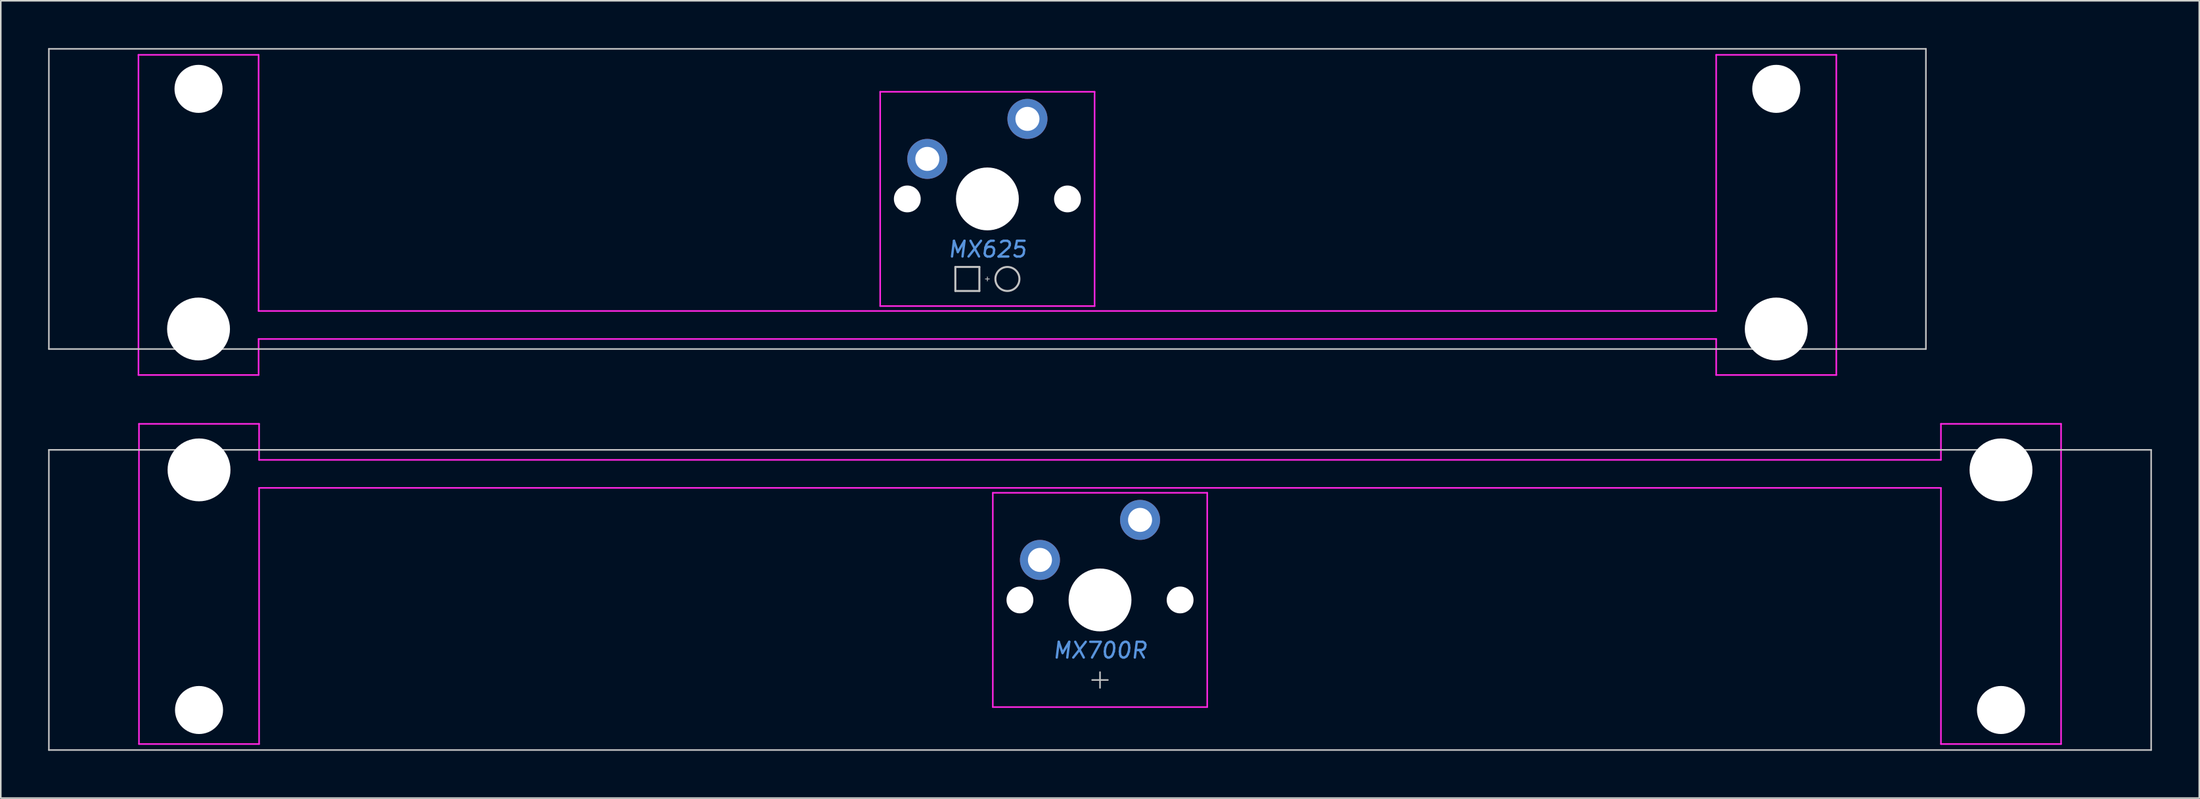
<source format=kicad_pcb>
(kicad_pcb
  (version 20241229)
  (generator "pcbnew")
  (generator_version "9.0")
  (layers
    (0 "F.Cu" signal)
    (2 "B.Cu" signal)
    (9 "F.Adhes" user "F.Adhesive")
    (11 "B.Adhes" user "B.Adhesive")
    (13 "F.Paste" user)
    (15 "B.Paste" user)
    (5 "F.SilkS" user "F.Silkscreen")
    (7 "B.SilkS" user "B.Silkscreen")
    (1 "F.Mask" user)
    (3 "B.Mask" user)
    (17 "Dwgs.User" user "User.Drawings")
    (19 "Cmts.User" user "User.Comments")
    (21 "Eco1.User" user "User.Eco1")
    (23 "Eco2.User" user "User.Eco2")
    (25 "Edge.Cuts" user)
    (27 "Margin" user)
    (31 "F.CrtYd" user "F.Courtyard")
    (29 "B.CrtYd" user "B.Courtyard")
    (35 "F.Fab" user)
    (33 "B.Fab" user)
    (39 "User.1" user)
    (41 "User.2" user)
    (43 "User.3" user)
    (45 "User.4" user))
  (footprint "MX625"
    (layer "F.Cu")
    (at 59.581 9.575)
    (property "Reference" "MX625" (at 0 3.2 0) (layer "Cmts.User") (effects (font (size 1 1) (thickness 0.15) (italic yes))))
    (attr through_hole)
    (fp_line (start -59.531 -9.525) (end -59.531 9.525) (stroke (width 0.1) (type solid)) (layer "Dwgs.User"))
    (fp_line (start -2.032 5.842) (end -2.032 4.318) (stroke (width 0.127) (type solid)) (layer "Dwgs.User"))
    (fp_line (start -0.508 4.318) (end -2.032 4.318) (stroke (width 0.127) (type solid)) (layer "Dwgs.User"))
    (fp_line (start -0.508 4.318) (end -0.508 5.842) (stroke (width 0.127) (type solid)) (layer "Dwgs.User"))
    (fp_line (start -0.508 5.842) (end -2.032 5.842) (stroke (width 0.127) (type solid)) (layer "Dwgs.User"))
    (fp_line (start 0 5.207) (end 0 4.953) (stroke (width 0.051) (type solid)) (layer "Dwgs.User"))
    (fp_line (start 0.127 5.08) (end -0.127 5.08) (stroke (width 0.051) (type solid)) (layer "Dwgs.User"))
    (fp_line (start 59.531 -9.525) (end -59.531 -9.525) (stroke (width 0.1) (type solid)) (layer "Dwgs.User"))
    (fp_line (start 59.531 -9.525) (end 59.531 9.525) (stroke (width 0.1) (type solid)) (layer "Dwgs.User"))
    (fp_line (start 59.531 9.525) (end -59.531 9.525) (stroke (width 0.1) (type solid)) (layer "Dwgs.User"))
    (fp_circle (center 1.27 5.08) (end 0.508 5.08) (stroke (width 0.127) (type solid)) (fill no) (layer "Dwgs.User"))
    (fp_line (start -53.538 8.515) (end -53.538 -5.485) (stroke (width 0.1) (type solid)) (layer "Eco1.User"))
    (fp_line (start -53.038 9.015) (end -47.038 9.015) (stroke (width 0.1) (type solid)) (layer "Eco1.User"))
    (fp_line (start -47.038 -5.985) (end -53.038 -5.985) (stroke (width 0.1) (type solid)) (layer "Eco1.User"))
    (fp_line (start -46.538 -5.485) (end -46.538 8.515) (stroke (width 0.1) (type solid)) (layer "Eco1.User"))
    (fp_line (start -7 6.5) (end -7 -6.5) (stroke (width 0.1) (type solid)) (layer "Eco1.User"))
    (fp_line (start -6.5 -7) (end 6.5 -7) (stroke (width 0.1) (type solid)) (layer "Eco1.User"))
    (fp_line (start 6.5 7) (end -6.5 7) (stroke (width 0.1) (type solid)) (layer "Eco1.User"))
    (fp_line (start 7 -6.5) (end 7 6.5) (stroke (width 0.1) (type solid)) (layer "Eco1.User"))
    (fp_line (start 46.538 8.515) (end 46.538 -5.485) (stroke (width 0.1) (type solid)) (layer "Eco1.User"))
    (fp_line (start 47.038 9.015) (end 53.038 9.015) (stroke (width 0.1) (type solid)) (layer "Eco1.User"))
    (fp_line (start 53.038 -5.985) (end 47.038 -5.985) (stroke (width 0.1) (type solid)) (layer "Eco1.User"))
    (fp_line (start 53.538 -5.485) (end 53.538 8.515) (stroke (width 0.1) (type solid)) (layer "Eco1.User"))
    (fp_arc (start -53.538 -5.485) (mid -53.391553 -5.838553) (end -53.038 -5.985) (stroke (width 0.1) (type solid)) (layer "Eco1.User"))
    (fp_arc (start -53.038 9.015) (mid -53.391553 8.868553) (end -53.538 8.515) (stroke (width 0.1) (type solid)) (layer "Eco1.User"))
    (fp_arc (start -47.038 -5.985) (mid -46.684447 -5.838553) (end -46.538 -5.485) (stroke (width 0.1) (type solid)) (layer "Eco1.User"))
    (fp_arc (start -46.538 8.515) (mid -46.684447 8.868553) (end -47.038 9.015) (stroke (width 0.1) (type solid)) (layer "Eco1.User"))
    (fp_arc (start -7 -6.5) (mid -6.853553 -6.853553) (end -6.5 -7) (stroke (width 0.1) (type solid)) (layer "Eco1.User"))
    (fp_arc (start -6.5 7) (mid -6.853553 6.853553) (end -7 6.5) (stroke (width 0.1) (type solid)) (layer "Eco1.User"))
    (fp_arc (start 6.5 -7) (mid 6.853553 -6.853553) (end 7 -6.5) (stroke (width 0.1) (type solid)) (layer "Eco1.User"))
    (fp_arc (start 7 6.5) (mid 6.853553 6.853553) (end 6.5 7) (stroke (width 0.1) (type solid)) (layer "Eco1.User"))
    (fp_arc (start 46.538 -5.485) (mid 46.684447 -5.838553) (end 47.038 -5.985) (stroke (width 0.1) (type solid)) (layer "Eco1.User"))
    (fp_arc (start 47.038 9.015) (mid 46.684447 8.868553) (end 46.538 8.515) (stroke (width 0.1) (type solid)) (layer "Eco1.User"))
    (fp_arc (start 53.038 -5.985) (mid 53.391553 -5.838553) (end 53.538 -5.485) (stroke (width 0.1) (type solid)) (layer "Eco1.User"))
    (fp_arc (start 53.538 8.515) (mid 53.391553 8.868553) (end 53.038 9.015) (stroke (width 0.1) (type solid)) (layer "Eco1.User"))
    (fp_line (start -53.848 -9.144) (end -53.848 11.176) (stroke (width 0.1) (type solid)) (layer "F.CrtYd"))
    (fp_line (start -46.228 -9.144) (end -53.848 -9.144) (stroke (width 0.1) (type solid)) (layer "F.CrtYd"))
    (fp_line (start -46.228 7.112) (end -46.228 -9.144) (stroke (width 0.1) (type solid)) (layer "F.CrtYd"))
    (fp_line (start -46.228 8.89) (end -46.228 11.176) (stroke (width 0.1) (type solid)) (layer "F.CrtYd"))
    (fp_line (start -46.228 11.176) (end -53.848 11.176) (stroke (width 0.1) (type solid)) (layer "F.CrtYd"))
    (fp_line (start -6.8 6.8) (end -6.8 -6.8) (stroke (width 0.1) (type solid)) (layer "F.CrtYd"))
    (fp_line (start 6.8 -6.8) (end -6.8 -6.8) (stroke (width 0.1) (type solid)) (layer "F.CrtYd"))
    (fp_line (start 6.8 -6.8) (end 6.8 6.8) (stroke (width 0.1) (type solid)) (layer "F.CrtYd"))
    (fp_line (start 6.8 6.8) (end -6.8 6.8) (stroke (width 0.1) (type solid)) (layer "F.CrtYd"))
    (fp_line (start 46.228 7.112) (end -46.228 7.112) (stroke (width 0.1) (type solid)) (layer "F.CrtYd"))
    (fp_line (start 46.228 7.112) (end 46.228 -9.144) (stroke (width 0.1) (type solid)) (layer "F.CrtYd"))
    (fp_line (start 46.228 8.89) (end -46.228 8.89) (stroke (width 0.1) (type solid)) (layer "F.CrtYd"))
    (fp_line (start 46.228 8.89) (end 46.228 11.176) (stroke (width 0.1) (type solid)) (layer "F.CrtYd"))
    (fp_line (start 53.848 -9.144) (end 46.228 -9.144) (stroke (width 0.1) (type solid)) (layer "F.CrtYd"))
    (fp_line (start 53.848 -9.144) (end 53.848 11.176) (stroke (width 0.1) (type solid)) (layer "F.CrtYd"))
    (fp_line (start 53.848 11.176) (end 46.228 11.176) (stroke (width 0.1) (type solid)) (layer "F.CrtYd"))
    (pad "" np_thru_hole circle (at -50.038 -6.985 180) (size 3.048 3.048) (drill 3.048) (layers "*.Cu" "*.Mask"))
    (pad "" np_thru_hole circle (at -50.038 8.255 180) (size 3.988 3.988) (drill 3.988) (layers "*.Cu" "*.Mask"))
    (pad "" np_thru_hole circle (at -5.08 0) (size 1.702 1.702) (drill 1.702) (layers "*.Cu" "*.Mask"))
    (pad "" np_thru_hole circle (at 0 0) (size 3.988 3.988) (drill 3.988) (layers "*.Cu" "*.Mask"))
    (pad "" np_thru_hole circle (at 5.08 0) (size 1.702 1.702) (drill 1.702) (layers "*.Cu" "*.Mask"))
    (pad "" np_thru_hole circle (at 50.038 -6.985 180) (size 3.048 3.048) (drill 3.048) (layers "*.Cu" "*.Mask"))
    (pad "" np_thru_hole circle (at 50.038 8.255 180) (size 3.988 3.988) (drill 3.988) (layers "*.Cu" "*.Mask"))
    (pad "1" thru_hole circle (at 2.54 -5.08) (size 2.54 2.54) (drill 1.524) (layers "*.Cu" "*.Mask"))
    (pad "2" thru_hole circle (at -3.81 -2.54) (size 2.54 2.54) (drill 1.524) (layers "*.Cu" "*.Mask")))
  (footprint "MX700R"
    (layer "F.Cu")
    (at 66.725 35.027)
    (property "Reference" "MX700R" (at 0 3.2 0) (layer "Cmts.User") (effects (font (size 1 1) (thickness 0.15) (italic yes))))
    (attr through_hole)
    (fp_line (start -66.675 -9.525) (end -66.675 9.525) (stroke (width 0.1) (type solid)) (layer "Dwgs.User"))
    (fp_line (start 0 5.58) (end 0 4.58) (stroke (width 0.1) (type solid)) (layer "Dwgs.User"))
    (fp_line (start 0.5 5.08) (end -0.5 5.08) (stroke (width 0.1) (type solid)) (layer "Dwgs.User"))
    (fp_line (start 66.675 -9.525) (end -66.675 -9.525) (stroke (width 0.1) (type solid)) (layer "Dwgs.User"))
    (fp_line (start 66.675 -9.525) (end 66.675 9.525) (stroke (width 0.1) (type solid)) (layer "Dwgs.User"))
    (fp_line (start 66.675 9.525) (end -66.675 9.525) (stroke (width 0.1) (type solid)) (layer "Dwgs.User"))
    (fp_line (start -60.65 5.485) (end -60.65 -8.515) (stroke (width 0.1) (type solid)) (layer "Eco1.User"))
    (fp_line (start -60.15 5.985) (end -54.15 5.985) (stroke (width 0.1) (type solid)) (layer "Eco1.User"))
    (fp_line (start -54.15 -9.015) (end -60.15 -9.015) (stroke (width 0.1) (type solid)) (layer "Eco1.User"))
    (fp_line (start -53.65 -8.515) (end -53.65 5.485) (stroke (width 0.1) (type solid)) (layer "Eco1.User"))
    (fp_line (start -7 6.5) (end -7 -6.5) (stroke (width 0.1) (type solid)) (layer "Eco1.User"))
    (fp_line (start -6.5 -7) (end 6.5 -7) (stroke (width 0.1) (type solid)) (layer "Eco1.User"))
    (fp_line (start 6.5 7) (end -6.5 7) (stroke (width 0.1) (type solid)) (layer "Eco1.User"))
    (fp_line (start 7 -6.5) (end 7 6.5) (stroke (width 0.1) (type solid)) (layer "Eco1.User"))
    (fp_line (start 53.65 5.485) (end 53.65 -8.515) (stroke (width 0.1) (type solid)) (layer "Eco1.User"))
    (fp_line (start 54.15 5.985) (end 60.15 5.985) (stroke (width 0.1) (type solid)) (layer "Eco1.User"))
    (fp_line (start 60.15 -9.015) (end 54.15 -9.015) (stroke (width 0.1) (type solid)) (layer "Eco1.User"))
    (fp_line (start 60.65 -8.515) (end 60.65 5.485) (stroke (width 0.1) (type solid)) (layer "Eco1.User"))
    (fp_arc (start -60.65 -8.515) (mid -60.503553 -8.868553) (end -60.15 -9.015) (stroke (width 0.1) (type solid)) (layer "Eco1.User"))
    (fp_arc (start -60.15 5.985) (mid -60.503553 5.838553) (end -60.65 5.485) (stroke (width 0.1) (type solid)) (layer "Eco1.User"))
    (fp_arc (start -54.15 -9.015) (mid -53.796447 -8.868553) (end -53.65 -8.515) (stroke (width 0.1) (type solid)) (layer "Eco1.User"))
    (fp_arc (start -53.65 5.485) (mid -53.796447 5.838553) (end -54.15 5.985) (stroke (width 0.1) (type solid)) (layer "Eco1.User"))
    (fp_arc (start -7 -6.5) (mid -6.853553 -6.853553) (end -6.5 -7) (stroke (width 0.1) (type solid)) (layer "Eco1.User"))
    (fp_arc (start -6.5 7) (mid -6.853553 6.853553) (end -7 6.5) (stroke (width 0.1) (type solid)) (layer "Eco1.User"))
    (fp_arc (start 6.5 -7) (mid 6.853553 -6.853553) (end 7 -6.5) (stroke (width 0.1) (type solid)) (layer "Eco1.User"))
    (fp_arc (start 7 6.5) (mid 6.853553 6.853553) (end 6.5 7) (stroke (width 0.1) (type solid)) (layer "Eco1.User"))
    (fp_arc (start 53.65 -8.515) (mid 53.796447 -8.868553) (end 54.15 -9.015) (stroke (width 0.1) (type solid)) (layer "Eco1.User"))
    (fp_arc (start 54.15 5.985) (mid 53.796447 5.838553) (end 53.65 5.485) (stroke (width 0.1) (type solid)) (layer "Eco1.User"))
    (fp_arc (start 60.15 -9.015) (mid 60.503553 -8.868553) (end 60.65 -8.515) (stroke (width 0.1) (type solid)) (layer "Eco1.User"))
    (fp_arc (start 60.65 5.485) (mid 60.503553 5.838553) (end 60.15 5.985) (stroke (width 0.1) (type solid)) (layer "Eco1.User"))
    (fp_line (start -60.96 -11.176) (end -53.34 -11.176) (stroke (width 0.1) (type solid)) (layer "F.CrtYd"))
    (fp_line (start -60.96 9.144) (end -60.96 -11.176) (stroke (width 0.1) (type solid)) (layer "F.CrtYd"))
    (fp_line (start -60.96 9.144) (end -53.34 9.144) (stroke (width 0.1) (type solid)) (layer "F.CrtYd"))
    (fp_line (start -53.34 -8.89) (end -53.34 -11.176) (stroke (width 0.1) (type solid)) (layer "F.CrtYd"))
    (fp_line (start -53.34 -8.89) (end 53.34 -8.89) (stroke (width 0.1) (type solid)) (layer "F.CrtYd"))
    (fp_line (start -53.34 -7.112) (end -53.34 9.144) (stroke (width 0.1) (type solid)) (layer "F.CrtYd"))
    (fp_line (start -53.34 -7.112) (end 53.34 -7.112) (stroke (width 0.1) (type solid)) (layer "F.CrtYd"))
    (fp_line (start -6.8 6.8) (end -6.8 -6.8) (stroke (width 0.1) (type solid)) (layer "F.CrtYd"))
    (fp_line (start 6.8 -6.8) (end -6.8 -6.8) (stroke (width 0.1) (type solid)) (layer "F.CrtYd"))
    (fp_line (start 6.8 -6.8) (end 6.8 6.8) (stroke (width 0.1) (type solid)) (layer "F.CrtYd"))
    (fp_line (start 6.8 6.8) (end -6.8 6.8) (stroke (width 0.1) (type solid)) (layer "F.CrtYd"))
    (fp_line (start 53.34 -11.176) (end 60.96 -11.176) (stroke (width 0.1) (type solid)) (layer "F.CrtYd"))
    (fp_line (start 53.34 -8.89) (end 53.34 -11.176) (stroke (width 0.1) (type solid)) (layer "F.CrtYd"))
    (fp_line (start 53.34 -7.112) (end 53.34 9.144) (stroke (width 0.1) (type solid)) (layer "F.CrtYd"))
    (fp_line (start 53.34 9.144) (end 60.96 9.144) (stroke (width 0.1) (type solid)) (layer "F.CrtYd"))
    (fp_line (start 60.96 9.144) (end 60.96 -11.176) (stroke (width 0.1) (type solid)) (layer "F.CrtYd"))
    (pad "" np_thru_hole circle (at -57.15 -8.255) (size 3.988 3.988) (drill 3.988) (layers "*.Cu" "*.Mask"))
    (pad "" np_thru_hole circle (at -57.15 6.985) (size 3.048 3.048) (drill 3.048) (layers "*.Cu" "*.Mask"))
    (pad "" np_thru_hole circle (at -5.08 0) (size 1.702 1.702) (drill 1.702) (layers "*.Cu" "*.Mask"))
    (pad "" np_thru_hole circle (at 0 0 180) (size 3.988 3.988) (drill 3.988) (layers "*.Cu" "*.Mask"))
    (pad "" np_thru_hole circle (at 5.08 0) (size 1.702 1.702) (drill 1.702) (layers "*.Cu" "*.Mask"))
    (pad "" np_thru_hole circle (at 57.15 -8.255) (size 3.988 3.988) (drill 3.988) (layers "*.Cu" "*.Mask"))
    (pad "" np_thru_hole circle (at 57.15 6.985) (size 3.048 3.048) (drill 3.048) (layers "*.Cu" "*.Mask"))
    (pad "1" thru_hole circle (at 2.54 -5.08) (size 2.54 2.54) (drill 1.524) (layers "*.Cu" "*.Mask"))
    (pad "2" thru_hole circle (at -3.81 -2.54) (size 2.54 2.54) (drill 1.524) (layers "*.Cu" "*.Mask")))
  (gr_rect
    (start -3 -3)
    (end 136.45 47.602)
    (stroke (width 0.1) (type default))
    (fill no)
    (layer "Edge.Cuts")))
</source>
